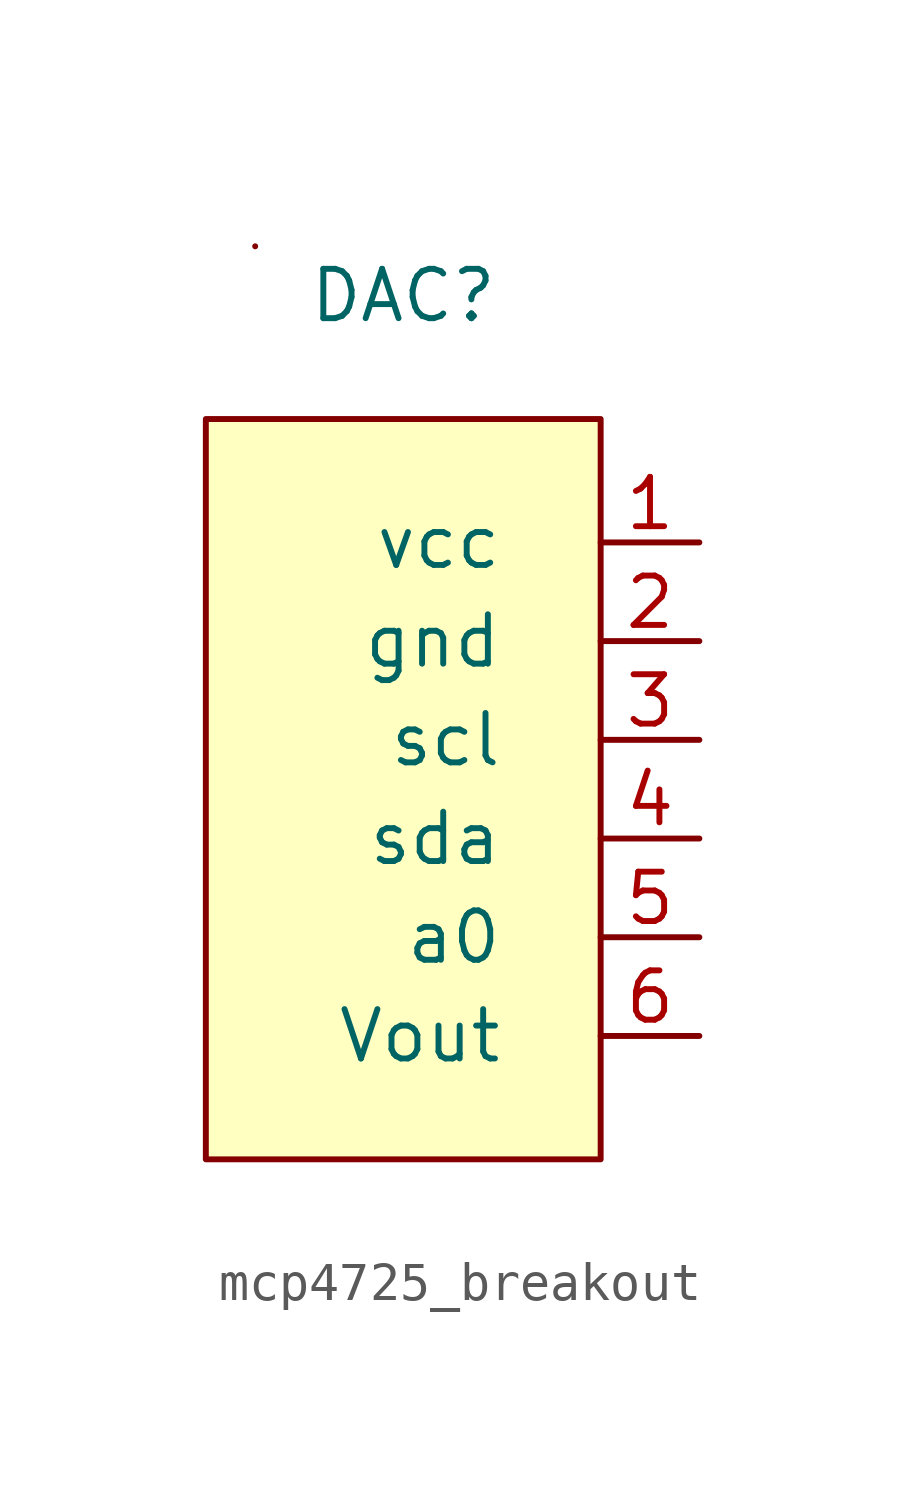
<source format=kicad_sym>
(kicad_symbol_lib
  (version 20220914)
  (generator kicad_symbol_editor)
  (symbol "mcp4725_breakout"
    (pin_names
      (offset 2.5))
    (property "Reference" "DAC"
      (at 0 12.7 0)
      (effects (font (size 1.27 1.27))))
    (property "Value" ""
      (at 2.54 6.35 0)
      (effects (font (size 1.27 1.27))))
    (symbol "mcp4725_breakout_0_1"
      (rectangle (start -3.81 13.97) (end -3.81 13.97) (stroke (width 0) (type default)) (fill (type none))))
    (symbol "mcp4725_breakout_1_1"
      (rectangle (start -5.08 9.525) (end 5.08 -9.525) (stroke (width 0) (type default)) (fill (type background)))
      (pin power_in line (at 7.62 6.35 180) (length 2.54) (name "vcc" (effects (font (size 1.27 1.27)))) (number "1" (effects (font (size 1.27 1.27)))))
      (pin input line (at 7.62 3.81 180) (length 2.54) (name "gnd" (effects (font (size 1.27 1.27)))) (number "2" (effects (font (size 1.27 1.27)))))
      (pin input line (at 7.62 1.27 180) (length 2.54) (name "scl" (effects (font (size 1.27 1.27)))) (number "3" (effects (font (size 1.27 1.27)))))
      (pin input line (at 7.62 -1.27 180) (length 2.54) (name "sda" (effects (font (size 1.27 1.27)))) (number "4" (effects (font (size 1.27 1.27)))))
      (pin input line (at 7.62 -3.81 180) (length 2.54) (name "a0" (effects (font (size 1.27 1.27)))) (number "5" (effects (font (size 1.27 1.27)))))
      (pin output line (at 7.62 -6.35 180) (length 2.54) (name "Vout" (effects (font (size 1.27 1.27)))) (number "6" (effects (font (size 1.27 1.27))))))))
</source>
